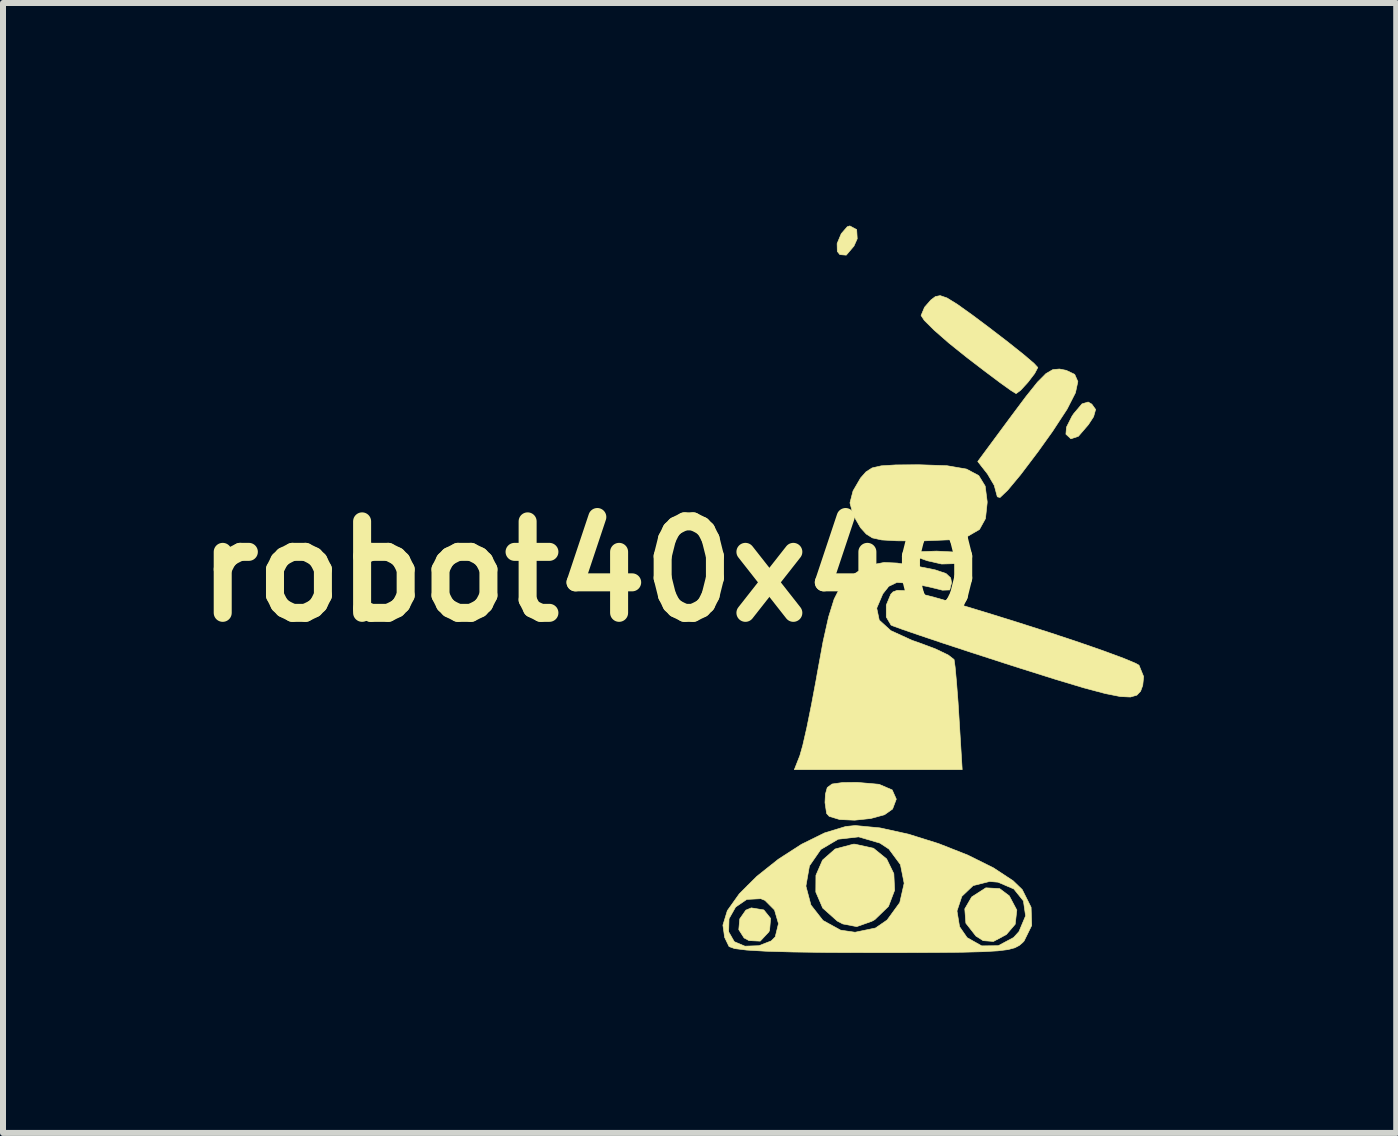
<source format=kicad_pcb>
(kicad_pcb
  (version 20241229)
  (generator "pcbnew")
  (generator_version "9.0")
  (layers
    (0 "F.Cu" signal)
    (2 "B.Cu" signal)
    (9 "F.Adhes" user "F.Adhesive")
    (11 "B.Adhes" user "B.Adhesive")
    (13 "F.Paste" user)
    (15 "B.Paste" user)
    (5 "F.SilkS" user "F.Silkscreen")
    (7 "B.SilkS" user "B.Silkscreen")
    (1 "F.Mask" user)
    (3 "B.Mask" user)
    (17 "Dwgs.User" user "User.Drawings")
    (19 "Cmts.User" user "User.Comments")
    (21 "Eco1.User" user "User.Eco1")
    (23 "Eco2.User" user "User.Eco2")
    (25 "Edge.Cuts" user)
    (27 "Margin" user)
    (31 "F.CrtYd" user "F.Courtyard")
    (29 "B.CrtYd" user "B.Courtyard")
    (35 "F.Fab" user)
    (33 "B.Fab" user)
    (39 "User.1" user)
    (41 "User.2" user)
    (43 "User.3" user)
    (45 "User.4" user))
  (footprint "robot40x40"
    (layer "F.Cu")
    (at 11.873 6.471)
    (property "Reference" "robot40x40" (at -5.08 0 0) (layer "F.SilkS") (effects (font (size 1.524 1.524) (thickness 0.3))))
    (attr through_hole)
    (fp_poly (pts (xy 3.206 2.075) (xy 3.394 2.132) (xy 3.577 2.176) (xy 3.743 2.213) (xy 3.797 2.268) (xy 3.761 2.399) (xy 3.715 2.513) (xy 3.665 2.727) (xy 3.635 3.034) (xy 3.63 3.285) (xy 3.627 3.596) (xy 3.592 3.796) (xy 3.509 3.942) (xy 3.433 4.025) (xy 3.272 4.141) (xy 3.088 4.215) (xy 2.927 4.239) (xy 2.835 4.206) (xy 2.844 4.128) (xy 2.944 3.986) (xy 3.06 3.847) (xy 3.156 3.725) (xy 3.147 3.638) (xy 3.018 3.526) (xy 2.973 3.492) (xy 2.73 3.312) (xy 2.535 3.519) (xy 2.355 3.684) (xy 2.251 3.702) (xy 2.206 3.573) (xy 2.201 3.458) (xy 2.24 3.249) (xy 2.377 3.042) (xy 2.54 2.879) (xy 2.754 2.646) (xy 2.922 2.403) (xy 2.973 2.294) (xy 3.066 2.107) (xy 3.174 2.066) (xy 3.206 2.075)) (stroke (width 0.01) (type solid)) (fill yes) (layer "F.Mask"))
    (fp_poly (pts (xy 0.749 -6.057) (xy 0.995 -5.854) (xy 1.179 -5.685) (xy 1.267 -5.58) (xy 1.27 -5.569) (xy 1.215 -5.465) (xy 1.077 -5.299) (xy 1.018 -5.239) (xy 0.819 -5.024) (xy 0.594 -4.76) (xy 0.373 -4.483) (xy 0.181 -4.227) (xy 0.048 -4.029) (xy 0 -3.925) (xy -0.055 -3.822) (xy -0.182 -3.671) (xy -0.325 -3.535) (xy -0.426 -3.472) (xy -0.429 -3.471) (xy -0.508 -3.52) (xy -0.684 -3.648) (xy -0.921 -3.829) (xy -0.953 -3.854) (xy -1.19 -4.049) (xy -1.363 -4.208) (xy -1.438 -4.301) (xy -1.439 -4.306) (xy -1.385 -4.401) (xy -1.244 -4.571) (xy -1.118 -4.707) (xy -0.88 -4.964) (xy -0.639 -5.243) (xy -0.424 -5.511) (xy -0.26 -5.733) (xy -0.175 -5.875) (xy -0.169 -5.899) (xy -0.12 -6.005) (xy -0.000171 -6.179) (xy 0.03 -6.217) (xy 0.229 -6.466) (xy 0.749 -6.057)) (stroke (width 0.01) (type solid)) (fill yes) (layer "F.Mask"))
    (fp_poly (pts (xy 4.643 -2.105) (xy 4.657 -2.066) (xy 4.612 -1.97) (xy 4.504 -1.801) (xy 4.49 -1.781) (xy 4.383 -1.616) (xy 4.377 -1.518) (xy 4.468 -1.422) (xy 4.468 -1.421) (xy 4.675 -1.265) (xy 4.818 -1.232) (xy 4.946 -1.32) (xy 5.005 -1.39) (xy 5.172 -1.566) (xy 5.278 -1.585) (xy 5.328 -1.446) (xy 5.334 -1.319) (xy 5.303 -1.107) (xy 5.187 -0.921) (xy 5.007 -0.748) (xy 4.853 -0.6) (xy 4.732 -0.437) (xy 4.625 -0.22) (xy 4.512 0.09) (xy 4.4 0.445) (xy 4.281 0.807) (xy 4.17 1.099) (xy 4.08 1.289) (xy 4.029 1.346) (xy 3.89 1.316) (xy 3.677 1.254) (xy 3.662 1.249) (xy 3.476 1.164) (xy 3.388 1.073) (xy 3.387 1.063) (xy 3.412 0.946) (xy 3.482 0.707) (xy 3.584 0.384) (xy 3.677 0.102) (xy 3.814 -0.327) (xy 3.896 -0.647) (xy 3.93 -0.905) (xy 3.927 -1.148) (xy 3.921 -1.21) (xy 3.901 -1.48) (xy 3.926 -1.646) (xy 4.019 -1.776) (xy 4.145 -1.889) (xy 4.357 -2.038) (xy 4.536 -2.114) (xy 4.643 -2.105)) (stroke (width 0.01) (type solid)) (fill yes) (layer "F.Mask"))
    (fp_poly (pts (xy -2.916 -2.924) (xy -2.735 -2.885) (xy -2.213 -2.709) (xy -1.794 -2.465) (xy -1.498 -2.169) (xy -1.342 -1.836) (xy -1.324 -1.675) (xy -1.328 -1.487) (xy -1.342 -1.172) (xy -1.362 -0.771) (xy -1.388 -0.325) (xy -1.392 -0.254) (xy -1.419 0.189) (xy -1.44 0.59) (xy -1.456 0.908) (xy -1.463 1.103) (xy -1.463 1.122) (xy -1.498 1.294) (xy -1.571 1.355) (xy -1.641 1.43) (xy -1.721 1.62) (xy -1.794 1.875) (xy -1.847 2.141) (xy -1.863 2.336) (xy -1.895 2.465) (xy -1.975 2.667) (xy -2.076 2.883) (xy -2.171 3.057) (xy -2.234 3.133) (xy -2.236 3.133) (xy -2.278 3.062) (xy -2.315 2.945) (xy -2.319 2.776) (xy -2.273 2.701) (xy -2.235 2.638) (xy -2.284 2.611) (xy -2.334 2.554) (xy -2.341 2.408) (xy -2.303 2.141) (xy -2.282 2.029) (xy -2.217 1.733) (xy -2.151 1.499) (xy -2.103 1.386) (xy -2.103 1.293) (xy -2.213 1.242) (xy -2.338 1.182) (xy -2.312 1.088) (xy -2.308 1.084) (xy -2.248 0.96) (xy -2.157 0.713) (xy -2.048 0.38) (xy -1.961 0.093) (xy -1.849 -0.271) (xy -1.743 -0.573) (xy -1.658 -0.776) (xy -1.615 -0.843) (xy -1.559 -0.951) (xy -1.505 -1.175) (xy -1.473 -1.402) (xy -1.452 -1.702) (xy -1.472 -1.9) (xy -1.547 -2.057) (xy -1.614 -2.148) (xy -1.865 -2.373) (xy -2.217 -2.577) (xy -2.601 -2.728) (xy -2.95 -2.793) (xy -2.977 -2.793) (xy -3.232 -2.754) (xy -3.541 -2.651) (xy -3.708 -2.575) (xy -3.941 -2.459) (xy -4.112 -2.405) (xy -4.285 -2.407) (xy -4.53 -2.459) (xy -4.664 -2.493) (xy -4.992 -2.581) (xy -5.18 -2.646) (xy -5.253 -2.698) (xy -5.237 -2.75) (xy -5.234 -2.753) (xy -5.136 -2.753) (xy -4.937 -2.704) (xy -4.829 -2.668) (xy -4.432 -2.562) (xy -4.091 -2.564) (xy -3.734 -2.681) (xy -3.569 -2.761) (xy -3.308 -2.886) (xy -3.116 -2.937) (xy -2.916 -2.924)) (stroke (width 0.01) (type solid)) (fill yes) (layer "F.Mask"))
    (fp_poly (pts (xy -0.65 -5.696) (xy -0.641 -5.543) (xy -0.695 -5.422) (xy -0.824 -5.27) (xy -0.93 -5.279) (xy -0.973 -5.332) (xy -0.976 -5.463) (xy -0.907 -5.628) (xy -0.806 -5.744) (xy -0.764 -5.757) (xy -0.65 -5.696)) (stroke (width 0.01) (type solid)) (fill yes) (layer "F.SilkS"))
    (fp_poly (pts (xy -2.197 5.639) (xy -2.084 5.78) (xy -2.101 5.979) (xy -2.114 6.006) (xy -2.257 6.159) (xy -2.444 6.15) (xy -2.526 6.106) (xy -2.614 5.968) (xy -2.598 5.788) (xy -2.497 5.643) (xy -2.406 5.605) (xy -2.197 5.639)) (stroke (width 0.01) (type solid)) (fill yes) (layer "F.SilkS"))
    (fp_poly (pts (xy 0.953 -0.325) (xy 1.073 -0.28) (xy 1.08 -0.233) (xy 0.979 -0.13) (xy 0.766 -0.124) (xy 0.529 -0.178) (xy 0.32 -0.251) (xy 0.274 -0.301) (xy 0.393 -0.329) (xy 0.679 -0.339) (xy 0.684 -0.339) (xy 0.953 -0.325)) (stroke (width 0.01) (type solid)) (fill yes) (layer "F.SilkS"))
    (fp_poly (pts (xy 1.732 5.284) (xy 1.892 5.404) (xy 2.018 5.642) (xy 1.991 5.878) (xy 1.844 6.049) (xy 1.629 6.164) (xy 1.457 6.151) (xy 1.337 6.075) (xy 1.169 5.86) (xy 1.151 5.621) (xy 1.266 5.423) (xy 1.502 5.271) (xy 1.732 5.284)) (stroke (width 0.01) (type solid)) (fill yes) (layer "F.SilkS"))
    (fp_poly (pts (xy 3.267 -2.788) (xy 3.331 -2.699) (xy 3.297 -2.578) (xy 3.211 -2.446) (xy 3.044 -2.252) (xy 2.919 -2.21) (xy 2.836 -2.287) (xy 2.846 -2.405) (xy 2.938 -2.588) (xy 2.966 -2.629) (xy 3.104 -2.792) (xy 3.206 -2.823) (xy 3.267 -2.788)) (stroke (width 0.01) (type solid)) (fill yes) (layer "F.SilkS"))
    (fp_poly (pts (xy -0.277 3.546) (xy -0.058 3.64) (xy 0.01 3.793) (xy -0.052 3.958) (xy -0.186 4.053) (xy -0.416 4.116) (xy -0.684 4.144) (xy -0.933 4.133) (xy -1.108 4.08) (xy -1.151 4.032) (xy -1.178 3.85) (xy -1.171 3.71) (xy -1.14 3.6) (xy -1.06 3.541) (xy -0.887 3.517) (xy -0.644 3.514) (xy -0.277 3.546)) (stroke (width 0.01) (type solid)) (fill yes) (layer "F.SilkS"))
    (fp_poly (pts (xy -0.369 4.612) (xy -0.151 4.789) (xy -0.031 5.035) (xy -0.018 5.312) (xy -0.12 5.58) (xy -0.347 5.8) (xy -0.397 5.828) (xy -0.649 5.917) (xy -0.88 5.873) (xy -0.974 5.824) (xy -1.216 5.608) (xy -1.331 5.341) (xy -1.329 5.062) (xy -1.219 4.809) (xy -1.009 4.624) (xy -0.708 4.544) (xy -0.677 4.544) (xy -0.369 4.612)) (stroke (width 0.01) (type solid)) (fill yes) (layer "F.SilkS"))
    (fp_poly (pts (xy 2.841 -3.351) (xy 2.982 -3.284) (xy 3.035 -3.164) (xy 2.995 -2.977) (xy 2.856 -2.705) (xy 2.614 -2.335) (xy 2.371 -1.995) (xy 2.081 -1.612) (xy 1.868 -1.356) (xy 1.738 -1.232) (xy 1.693 -1.244) (xy 1.642 -1.434) (xy 1.53 -1.624) (xy 1.367 -1.832) (xy 1.903 -2.557) (xy 2.17 -2.914) (xy 2.362 -3.154) (xy 2.504 -3.297) (xy 2.618 -3.363) (xy 2.729 -3.373) (xy 2.841 -3.351)) (stroke (width 0.01) (type solid)) (fill yes) (layer "F.SilkS"))
    (fp_poly (pts (xy 0.855 -4.557) (xy 1.028 -4.45) (xy 1.288 -4.264) (xy 1.559 -4.061) (xy 1.873 -3.82) (xy 2.13 -3.615) (xy 2.304 -3.467) (xy 2.368 -3.398) (xy 2.368 -3.398) (xy 2.316 -3.299) (xy 2.203 -3.151) (xy 2.081 -3.018) (xy 2.006 -2.963) (xy 1.926 -3.012) (xy 1.741 -3.144) (xy 1.48 -3.34) (xy 1.194 -3.559) (xy 0.888 -3.804) (xy 0.64 -4.021) (xy 0.476 -4.184) (xy 0.423 -4.265) (xy 0.481 -4.403) (xy 0.586 -4.523) (xy 0.661 -4.58) (xy 0.741 -4.596) (xy 0.855 -4.557)) (stroke (width 0.01) (type solid)) (fill yes) (layer "F.SilkS"))
    (fp_poly (pts (xy 0.855 -1.762) (xy 1.18 -1.706) (xy 1.384 -1.597) (xy 1.491 -1.422) (xy 1.524 -1.167) (xy 1.524 -1.143) (xy 1.496 -0.881) (xy 1.396 -0.7) (xy 1.2 -0.586) (xy 0.886 -0.527) (xy 0.43 -0.508) (xy 0.387 -0.508) (xy 0.012 -0.511) (xy -0.233 -0.525) (xy -0.388 -0.559) (xy -0.491 -0.624) (xy -0.583 -0.726) (xy -0.587 -0.731) (xy -0.71 -0.944) (xy -0.762 -1.142) (xy -0.762 -1.143) (xy -0.711 -1.341) (xy -0.587 -1.554) (xy -0.587 -1.555) (xy -0.495 -1.659) (xy -0.393 -1.725) (xy -0.241 -1.76) (xy 0.000089 -1.775) (xy 0.369 -1.778) (xy 0.387 -1.778) (xy 0.855 -1.762)) (stroke (width 0.01) (type solid)) (fill yes) (layer "F.SilkS"))
    (fp_poly (pts (xy 0.151 0.319) (xy 0.353 0.356) (xy 0.649 0.432) (xy 1.058 0.549) (xy 1.598 0.713) (xy 2.009 0.841) (xy 2.557 1.016) (xy 3.054 1.181) (xy 3.476 1.328) (xy 3.8 1.448) (xy 4.001 1.532) (xy 4.054 1.563) (xy 4.131 1.752) (xy 4.116 1.898) (xy 4.08 1.996) (xy 4.018 2.061) (xy 3.911 2.092) (xy 3.742 2.084) (xy 3.491 2.034) (xy 3.141 1.941) (xy 2.674 1.801) (xy 2.071 1.611) (xy 1.806 1.526) (xy 1.281 1.356) (xy 0.808 1.201) (xy 0.413 1.068) (xy 0.118 0.967) (xy -0.05 0.906) (xy -0.078 0.893) (xy -0.157 0.759) (xy -0.157 0.56) (xy -0.082 0.38) (xy -0.044 0.34) (xy 0.024 0.315) (xy 0.151 0.319)) (stroke (width 0.01) (type solid)) (fill yes) (layer "F.SilkS"))
    (fp_poly (pts (xy 0.025 -0.14) (xy 0.348 -0.089) (xy 0.349 -0.089) (xy 0.66 -0.026) (xy 0.838 0.034) (xy 0.916 0.107) (xy 0.931 0.187) (xy 0.9 0.308) (xy 0.778 0.312) (xy 0.741 0.302) (xy 0.525 0.25) (xy 0.259 0.2) (xy 0.241 0.197) (xy 0.019 0.183) (xy -0.118 0.249) (xy -0.215 0.374) (xy -0.316 0.611) (xy -0.274 0.811) (xy -0.081 0.986) (xy 0.271 1.147) (xy 0.381 1.185) (xy 0.665 1.291) (xy 0.877 1.393) (xy 0.972 1.467) (xy 0.973 1.469) (xy 0.99 1.591) (xy 1.013 1.84) (xy 1.039 2.177) (xy 1.055 2.434) (xy 1.108 3.302) (xy -1.689 3.302) (xy -1.597 3.069) (xy -1.549 2.9) (xy -1.481 2.603) (xy -1.403 2.218) (xy -1.322 1.786) (xy -1.311 1.721) (xy -1.21 1.169) (xy -1.118 0.758) (xy -1.026 0.462) (xy -0.921 0.255) (xy -0.792 0.11) (xy -0.628 0.001) (xy -0.561 -0.033) (xy -0.368 -0.116) (xy -0.193 -0.15) (xy 0.025 -0.14)) (stroke (width 0.01) (type solid)) (fill yes) (layer "F.SilkS"))
    (fp_poly (pts (xy -0.263 4.272) (xy 0.214 4.377) (xy 0.715 4.534) (xy 1.2 4.725) (xy 1.627 4.937) (xy 1.956 5.153) (xy 2.108 5.3) (xy 2.256 5.595) (xy 2.266 5.898) (xy 2.139 6.157) (xy 2.117 6.181) (xy 2.059 6.231) (xy 1.984 6.27) (xy 1.872 6.3) (xy 1.703 6.321) (xy 1.457 6.335) (xy 1.113 6.344) (xy 0.652 6.348) (xy 0.054 6.35) (xy -0.364 6.35) (xy -1.118 6.348) (xy -1.714 6.34) (xy -2.166 6.327) (xy -2.485 6.308) (xy -2.684 6.283) (xy -2.775 6.25) (xy -2.777 6.248) (xy -2.851 6.095) (xy -2.863 6.004) (xy -2.783 6.004) (xy -2.689 6.168) (xy -2.512 6.243) (xy -2.279 6.235) (xy -2.075 6.156) (xy -2.007 6.088) (xy -1.953 5.867) (xy -2.019 5.64) (xy -2.178 5.48) (xy -2.248 5.452) (xy -2.481 5.464) (xy -2.667 5.591) (xy -2.777 5.786) (xy -2.783 6.004) (xy -2.863 6.004) (xy -2.879 5.893) (xy -2.805 5.651) (xy -2.606 5.371) (xy -2.477 5.242) (xy -1.496 5.242) (xy -1.412 5.558) (xy -1.211 5.815) (xy -0.918 5.976) (xy -0.677 6.011) (xy -0.336 5.94) (xy -0.143 5.807) (xy -0.033 5.656) (xy 1.021 5.656) (xy 1.064 5.918) (xy 1.19 6.101) (xy 1.433 6.238) (xy 1.709 6.235) (xy 1.964 6.099) (xy 2.054 6) (xy 2.164 5.738) (xy 2.128 5.489) (xy 1.968 5.29) (xy 1.705 5.177) (xy 1.565 5.165) (xy 1.29 5.234) (xy 1.102 5.413) (xy 1.021 5.656) (xy -0.033 5.656) (xy 0.068 5.517) (xy 0.141 5.195) (xy 0.079 4.884) (xy -0.113 4.625) (xy -0.262 4.526) (xy -0.617 4.422) (xy -0.959 4.461) (xy -1.248 4.632) (xy -1.437 4.905) (xy -1.496 5.242) (xy -2.477 5.242) (xy -2.312 5.078) (xy -1.956 4.795) (xy -1.57 4.546) (xy -1.185 4.356) (xy -0.833 4.249) (xy -0.674 4.233) (xy -0.263 4.272)) (stroke (width 0.01) (type solid)) (fill yes) (layer "F.SilkS")))
  (gr_rect
    (start -3 -3)
    (end 20.212 15.826)
    (stroke (width 0.1) (type default))
    (fill no)
    (layer "Edge.Cuts")))
</source>
